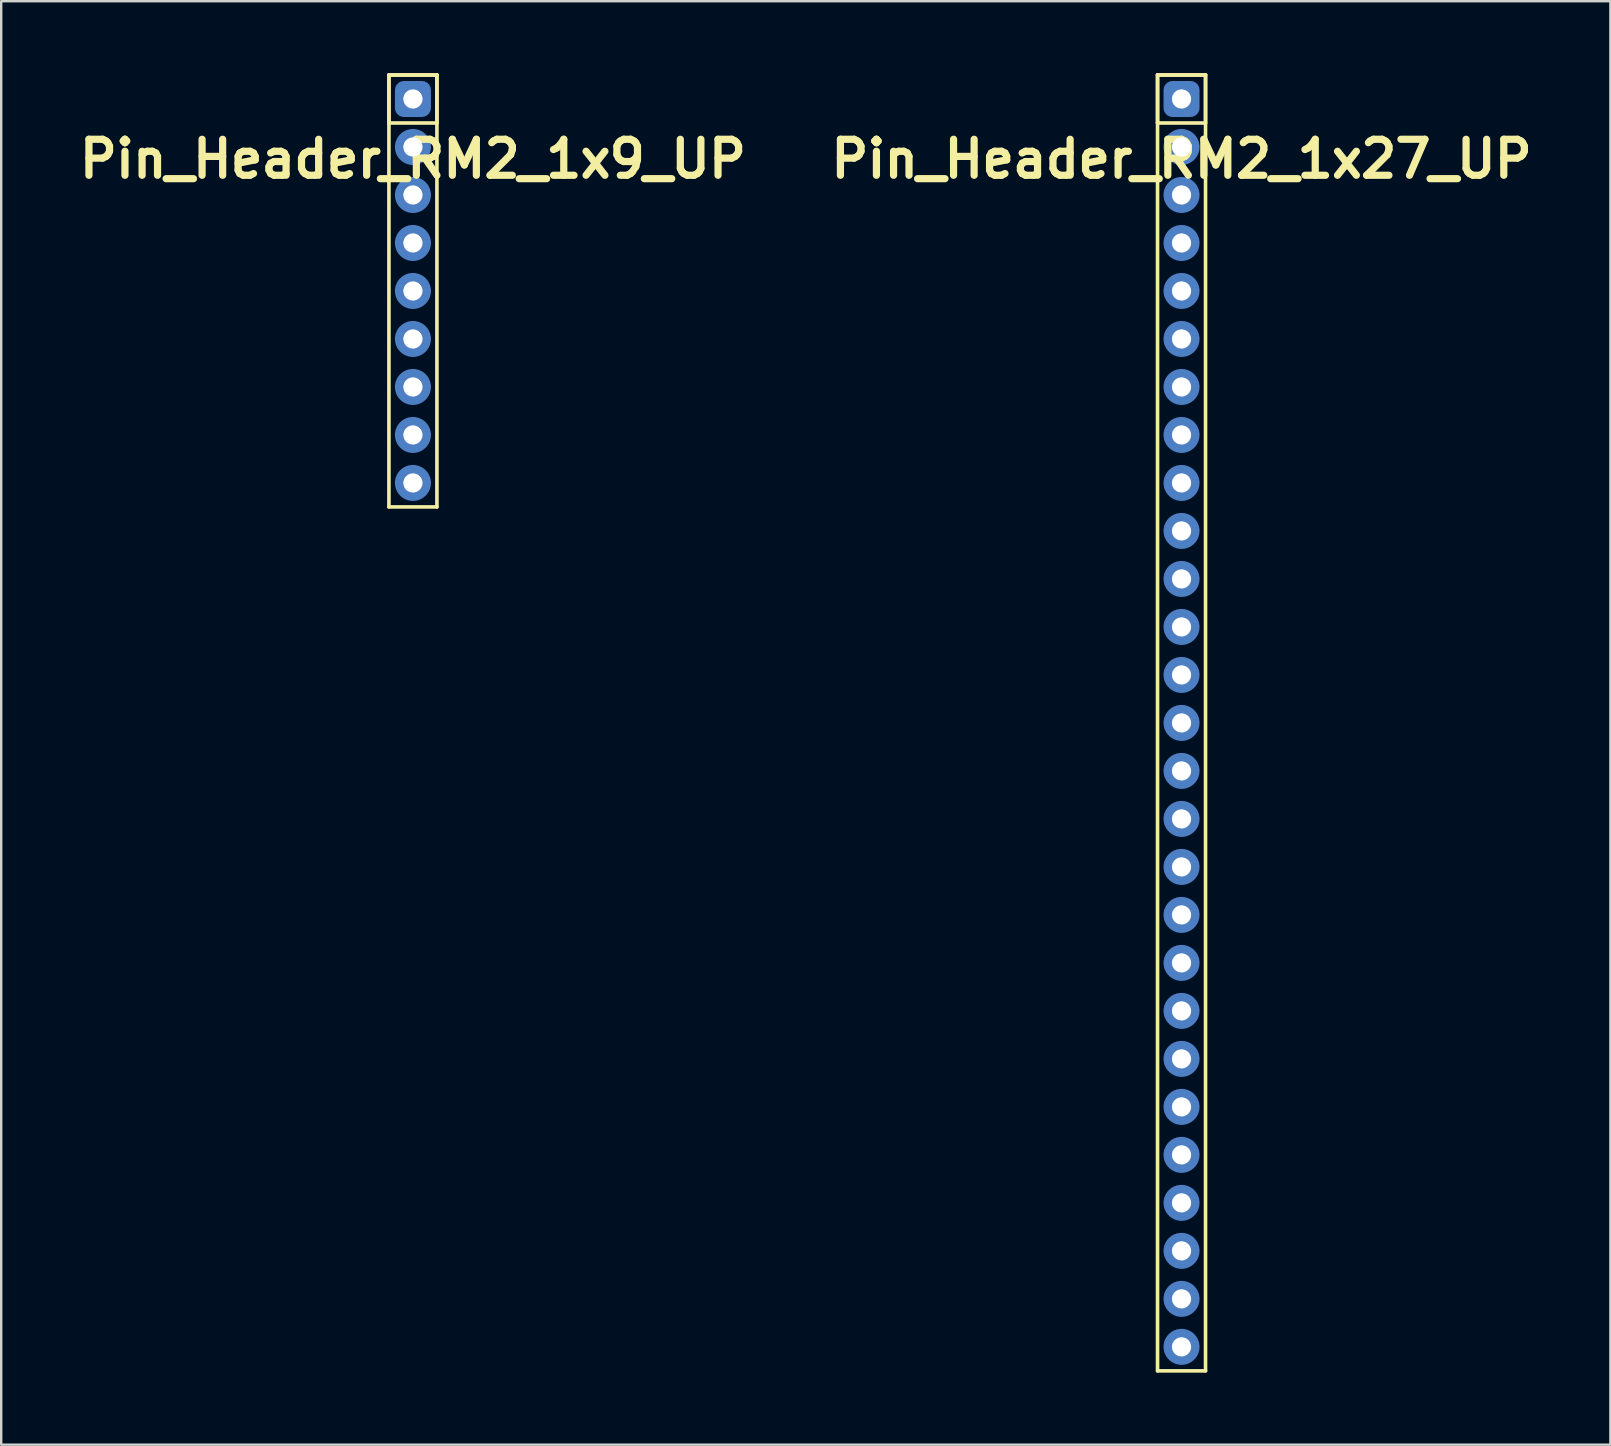
<source format=kicad_pcb>
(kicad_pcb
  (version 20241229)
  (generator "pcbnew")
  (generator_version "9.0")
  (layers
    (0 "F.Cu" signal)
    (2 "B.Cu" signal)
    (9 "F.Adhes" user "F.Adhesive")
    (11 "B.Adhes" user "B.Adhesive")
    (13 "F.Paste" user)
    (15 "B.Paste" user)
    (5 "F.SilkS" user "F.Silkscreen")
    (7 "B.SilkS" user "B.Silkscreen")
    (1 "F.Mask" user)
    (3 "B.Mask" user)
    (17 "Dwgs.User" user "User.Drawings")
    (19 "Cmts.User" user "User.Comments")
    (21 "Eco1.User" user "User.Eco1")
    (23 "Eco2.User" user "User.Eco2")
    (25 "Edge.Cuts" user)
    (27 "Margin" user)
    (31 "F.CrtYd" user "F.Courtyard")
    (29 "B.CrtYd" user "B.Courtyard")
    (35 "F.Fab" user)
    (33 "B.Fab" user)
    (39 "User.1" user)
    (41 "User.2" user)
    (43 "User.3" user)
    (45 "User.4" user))
  (footprint "Pin_Header_RM2_1x9_UP"
    (layer "F.Cu")
    (at 14.157 1.075)
    (property "Reference" "Pin_Header_RM2_1x9_UP" (at 0 2.5 0) (layer "F.SilkS") (effects (font (size 1.5 1.5) (thickness 0.3))))
    (attr through_hole)
    (fp_line (start -1 -1) (end 1 -1) (stroke (width 0.15) (type solid)) (layer "F.SilkS"))
    (fp_line (start -1 -1) (end 1 -1) (stroke (width 0.15) (type solid)) (layer "F.SilkS"))
    (fp_line (start -1 1) (end -1 -1) (stroke (width 0.15) (type solid)) (layer "F.SilkS"))
    (fp_line (start -1 17) (end -1 -1) (stroke (width 0.15) (type solid)) (layer "F.SilkS"))
    (fp_line (start 1 -1) (end 1 1) (stroke (width 0.15) (type solid)) (layer "F.SilkS"))
    (fp_line (start 1 -1) (end 1 17) (stroke (width 0.15) (type solid)) (layer "F.SilkS"))
    (fp_line (start 1 1) (end -1 1) (stroke (width 0.15) (type solid)) (layer "F.SilkS"))
    (fp_line (start 1 17) (end -1 17) (stroke (width 0.15) (type solid)) (layer "F.SilkS"))
    (pad "1" thru_hole circle (at 0 0) (size 1.1 1.1) (drill 0.8) (layers "*.Cu" "*.Mask"))
    (pad "1" smd roundrect (at 0 0) (size 1.25 1.25) (layers "F.Cu" "F.Mask") (roundrect_rratio 0.25))
    (pad "1" smd roundrect (at 0 0) (size 1.5 1.5) (layers "B.Cu" "B.Mask") (roundrect_rratio 0.25))
    (pad "2" thru_hole circle (at 0 2) (size 1.1 1.1) (drill 0.8) (layers "*.Cu" "*.Mask"))
    (pad "2" smd circle (at 0 2) (size 1.25 1.25) (layers "F.Cu" "F.Mask"))
    (pad "2" smd circle (at 0 2) (size 1.5 1.5) (layers "B.Cu" "B.Mask"))
    (pad "3" thru_hole circle (at 0 4) (size 1.1 1.1) (drill 0.8) (layers "*.Cu" "*.Mask"))
    (pad "3" smd circle (at 0 4) (size 1.25 1.25) (layers "F.Cu" "F.Mask"))
    (pad "3" smd circle (at 0 4) (size 1.5 1.5) (layers "B.Cu" "B.Mask"))
    (pad "4" thru_hole circle (at 0 6) (size 1.1 1.1) (drill 0.8) (layers "*.Cu" "*.Mask"))
    (pad "4" smd circle (at 0 6) (size 1.25 1.25) (layers "F.Cu" "F.Mask"))
    (pad "4" smd circle (at 0 6) (size 1.5 1.5) (layers "B.Cu" "B.Mask"))
    (pad "5" thru_hole circle (at 0 8) (size 1.1 1.1) (drill 0.8) (layers "*.Cu" "*.Mask"))
    (pad "5" smd circle (at 0 8) (size 1.25 1.25) (layers "F.Cu" "F.Mask"))
    (pad "5" smd circle (at 0 8) (size 1.5 1.5) (layers "B.Cu" "B.Mask"))
    (pad "6" thru_hole circle (at 0 10) (size 1.1 1.1) (drill 0.8) (layers "*.Cu" "*.Mask"))
    (pad "6" smd circle (at 0 10) (size 1.25 1.25) (layers "F.Cu" "F.Mask"))
    (pad "6" smd circle (at 0 10) (size 1.5 1.5) (layers "B.Cu" "B.Mask"))
    (pad "7" thru_hole circle (at 0 12) (size 1.1 1.1) (drill 0.8) (layers "*.Cu" "*.Mask"))
    (pad "7" smd circle (at 0 12) (size 1.25 1.25) (layers "F.Cu" "F.Mask"))
    (pad "7" smd circle (at 0 12) (size 1.5 1.5) (layers "B.Cu" "B.Mask"))
    (pad "8" thru_hole circle (at 0 14) (size 1.1 1.1) (drill 0.8) (layers "*.Cu" "*.Mask"))
    (pad "8" smd circle (at 0 14) (size 1.25 1.25) (layers "F.Cu" "F.Mask"))
    (pad "8" smd circle (at 0 14) (size 1.5 1.5) (layers "B.Cu" "B.Mask"))
    (pad "9" thru_hole circle (at 0 16) (size 1.1 1.1) (drill 0.8) (layers "*.Cu" "*.Mask"))
    (pad "9" smd circle (at 0 16) (size 1.25 1.25) (layers "F.Cu" "F.Mask"))
    (pad "9" smd circle (at 0 16) (size 1.5 1.5) (layers "B.Cu" "B.Mask")))
  (footprint "Pin_Header_RM2_1x27_UP"
    (layer "F.Cu")
    (at 46.186 1.075)
    (property "Reference" "Pin_Header_RM2_1x27_UP" (at 0 2.5 0) (layer "F.SilkS") (effects (font (size 1.5 1.5) (thickness 0.3))))
    (attr through_hole)
    (fp_line (start -1 -1) (end 1 -1) (stroke (width 0.15) (type solid)) (layer "F.SilkS"))
    (fp_line (start -1 -1) (end 1 -1) (stroke (width 0.15) (type solid)) (layer "F.SilkS"))
    (fp_line (start -1 1) (end -1 -1) (stroke (width 0.15) (type solid)) (layer "F.SilkS"))
    (fp_line (start -1 53) (end -1 -1) (stroke (width 0.15) (type solid)) (layer "F.SilkS"))
    (fp_line (start 1 -1) (end 1 1) (stroke (width 0.15) (type solid)) (layer "F.SilkS"))
    (fp_line (start 1 -1) (end 1 53) (stroke (width 0.15) (type solid)) (layer "F.SilkS"))
    (fp_line (start 1 1) (end -1 1) (stroke (width 0.15) (type solid)) (layer "F.SilkS"))
    (fp_line (start 1 53) (end -1 53) (stroke (width 0.15) (type solid)) (layer "F.SilkS"))
    (pad "1" thru_hole circle (at 0 0) (size 1.1 1.1) (drill 0.8) (layers "*.Cu" "*.Mask"))
    (pad "1" smd roundrect (at 0 0) (size 1.25 1.25) (layers "F.Cu" "F.Mask") (roundrect_rratio 0.25))
    (pad "1" smd roundrect (at 0 0) (size 1.5 1.5) (layers "B.Cu" "B.Mask") (roundrect_rratio 0.25))
    (pad "2" thru_hole circle (at 0 2) (size 1.1 1.1) (drill 0.8) (layers "*.Cu" "*.Mask"))
    (pad "2" smd circle (at 0 2) (size 1.25 1.25) (layers "F.Cu" "F.Mask"))
    (pad "2" smd circle (at 0 2) (size 1.5 1.5) (layers "B.Cu" "B.Mask"))
    (pad "3" thru_hole circle (at 0 4) (size 1.1 1.1) (drill 0.8) (layers "*.Cu" "*.Mask"))
    (pad "3" smd circle (at 0 4) (size 1.25 1.25) (layers "F.Cu" "F.Mask"))
    (pad "3" smd circle (at 0 4) (size 1.5 1.5) (layers "B.Cu" "B.Mask"))
    (pad "4" thru_hole circle (at 0 6) (size 1.1 1.1) (drill 0.8) (layers "*.Cu" "*.Mask"))
    (pad "4" smd circle (at 0 6) (size 1.25 1.25) (layers "F.Cu" "F.Mask"))
    (pad "4" smd circle (at 0 6) (size 1.5 1.5) (layers "B.Cu" "B.Mask"))
    (pad "5" thru_hole circle (at 0 8) (size 1.1 1.1) (drill 0.8) (layers "*.Cu" "*.Mask"))
    (pad "5" smd circle (at 0 8) (size 1.25 1.25) (layers "F.Cu" "F.Mask"))
    (pad "5" smd circle (at 0 8) (size 1.5 1.5) (layers "B.Cu" "B.Mask"))
    (pad "6" thru_hole circle (at 0 10) (size 1.1 1.1) (drill 0.8) (layers "*.Cu" "*.Mask"))
    (pad "6" smd circle (at 0 10) (size 1.25 1.25) (layers "F.Cu" "F.Mask"))
    (pad "6" smd circle (at 0 10) (size 1.5 1.5) (layers "B.Cu" "B.Mask"))
    (pad "7" thru_hole circle (at 0 12) (size 1.1 1.1) (drill 0.8) (layers "*.Cu" "*.Mask"))
    (pad "7" smd circle (at 0 12) (size 1.25 1.25) (layers "F.Cu" "F.Mask"))
    (pad "7" smd circle (at 0 12) (size 1.5 1.5) (layers "B.Cu" "B.Mask"))
    (pad "8" thru_hole circle (at 0 14) (size 1.1 1.1) (drill 0.8) (layers "*.Cu" "*.Mask"))
    (pad "8" smd circle (at 0 14) (size 1.25 1.25) (layers "F.Cu" "F.Mask"))
    (pad "8" smd circle (at 0 14) (size 1.5 1.5) (layers "B.Cu" "B.Mask"))
    (pad "9" thru_hole circle (at 0 16) (size 1.1 1.1) (drill 0.8) (layers "*.Cu" "*.Mask"))
    (pad "9" smd circle (at 0 16) (size 1.25 1.25) (layers "F.Cu" "F.Mask"))
    (pad "9" smd circle (at 0 16) (size 1.5 1.5) (layers "B.Cu" "B.Mask"))
    (pad "10" thru_hole circle (at 0 18) (size 1.1 1.1) (drill 0.8) (layers "*.Cu" "*.Mask"))
    (pad "10" smd circle (at 0 18) (size 1.25 1.25) (layers "F.Cu" "F.Mask"))
    (pad "10" smd circle (at 0 18) (size 1.5 1.5) (layers "B.Cu" "B.Mask"))
    (pad "11" thru_hole circle (at 0 20) (size 1.1 1.1) (drill 0.8) (layers "*.Cu" "*.Mask"))
    (pad "11" smd circle (at 0 20) (size 1.25 1.25) (layers "F.Cu" "F.Mask"))
    (pad "11" smd circle (at 0 20) (size 1.5 1.5) (layers "B.Cu" "B.Mask"))
    (pad "12" thru_hole circle (at 0 22) (size 1.1 1.1) (drill 0.8) (layers "*.Cu" "*.Mask"))
    (pad "12" smd circle (at 0 22) (size 1.25 1.25) (layers "F.Cu" "F.Mask"))
    (pad "12" smd circle (at 0 22) (size 1.5 1.5) (layers "B.Cu" "B.Mask"))
    (pad "13" thru_hole circle (at 0 24) (size 1.1 1.1) (drill 0.8) (layers "*.Cu" "*.Mask"))
    (pad "13" smd circle (at 0 24) (size 1.25 1.25) (layers "F.Cu" "F.Mask"))
    (pad "13" smd circle (at 0 24) (size 1.5 1.5) (layers "B.Cu" "B.Mask"))
    (pad "14" thru_hole circle (at 0 26) (size 1.1 1.1) (drill 0.8) (layers "*.Cu" "*.Mask"))
    (pad "14" smd circle (at 0 26) (size 1.25 1.25) (layers "F.Cu" "F.Mask"))
    (pad "14" smd circle (at 0 26) (size 1.5 1.5) (layers "B.Cu" "B.Mask"))
    (pad "15" thru_hole circle (at 0 28) (size 1.1 1.1) (drill 0.8) (layers "*.Cu" "*.Mask"))
    (pad "15" smd circle (at 0 28) (size 1.25 1.25) (layers "F.Cu" "F.Mask"))
    (pad "15" smd circle (at 0 28) (size 1.5 1.5) (layers "B.Cu" "B.Mask"))
    (pad "16" thru_hole circle (at 0 30) (size 1.1 1.1) (drill 0.8) (layers "*.Cu" "*.Mask"))
    (pad "16" smd circle (at 0 30) (size 1.25 1.25) (layers "F.Cu" "F.Mask"))
    (pad "16" smd circle (at 0 30) (size 1.5 1.5) (layers "B.Cu" "B.Mask"))
    (pad "17" thru_hole circle (at 0 32) (size 1.1 1.1) (drill 0.8) (layers "*.Cu" "*.Mask"))
    (pad "17" smd circle (at 0 32) (size 1.25 1.25) (layers "F.Cu" "F.Mask"))
    (pad "17" smd circle (at 0 32) (size 1.5 1.5) (layers "B.Cu" "B.Mask"))
    (pad "18" thru_hole circle (at 0 34) (size 1.1 1.1) (drill 0.8) (layers "*.Cu" "*.Mask"))
    (pad "18" smd circle (at 0 34) (size 1.25 1.25) (layers "F.Cu" "F.Mask"))
    (pad "18" smd circle (at 0 34) (size 1.5 1.5) (layers "B.Cu" "B.Mask"))
    (pad "19" thru_hole circle (at 0 36) (size 1.1 1.1) (drill 0.8) (layers "*.Cu" "*.Mask"))
    (pad "19" smd circle (at 0 36) (size 1.25 1.25) (layers "F.Cu" "F.Mask"))
    (pad "19" smd circle (at 0 36) (size 1.5 1.5) (layers "B.Cu" "B.Mask"))
    (pad "20" thru_hole circle (at 0 38) (size 1.1 1.1) (drill 0.8) (layers "*.Cu" "*.Mask"))
    (pad "20" smd circle (at 0 38) (size 1.25 1.25) (layers "F.Cu" "F.Mask"))
    (pad "20" smd circle (at 0 38) (size 1.5 1.5) (layers "B.Cu" "B.Mask"))
    (pad "21" thru_hole circle (at 0 40) (size 1.1 1.1) (drill 0.8) (layers "*.Cu" "*.Mask"))
    (pad "21" smd circle (at 0 40) (size 1.25 1.25) (layers "F.Cu" "F.Mask"))
    (pad "21" smd circle (at 0 40) (size 1.5 1.5) (layers "B.Cu" "B.Mask"))
    (pad "22" thru_hole circle (at 0 42) (size 1.1 1.1) (drill 0.8) (layers "*.Cu" "*.Mask"))
    (pad "22" smd circle (at 0 42) (size 1.25 1.25) (layers "F.Cu" "F.Mask"))
    (pad "22" smd circle (at 0 42) (size 1.5 1.5) (layers "B.Cu" "B.Mask"))
    (pad "23" thru_hole circle (at 0 44) (size 1.1 1.1) (drill 0.8) (layers "*.Cu" "*.Mask"))
    (pad "23" smd circle (at 0 44) (size 1.25 1.25) (layers "F.Cu" "F.Mask"))
    (pad "23" smd circle (at 0 44) (size 1.5 1.5) (layers "B.Cu" "B.Mask"))
    (pad "24" thru_hole circle (at 0 46) (size 1.1 1.1) (drill 0.8) (layers "*.Cu" "*.Mask"))
    (pad "24" smd circle (at 0 46) (size 1.25 1.25) (layers "F.Cu" "F.Mask"))
    (pad "24" smd circle (at 0 46) (size 1.5 1.5) (layers "B.Cu" "B.Mask"))
    (pad "25" thru_hole circle (at 0 48) (size 1.1 1.1) (drill 0.8) (layers "*.Cu" "*.Mask"))
    (pad "25" smd circle (at 0 48) (size 1.25 1.25) (layers "F.Cu" "F.Mask"))
    (pad "25" smd circle (at 0 48) (size 1.5 1.5) (layers "B.Cu" "B.Mask"))
    (pad "26" thru_hole circle (at 0 50) (size 1.1 1.1) (drill 0.8) (layers "*.Cu" "*.Mask"))
    (pad "26" smd circle (at 0 50) (size 1.25 1.25) (layers "F.Cu" "F.Mask"))
    (pad "26" smd circle (at 0 50) (size 1.5 1.5) (layers "B.Cu" "B.Mask"))
    (pad "27" thru_hole circle (at 0 52) (size 1.1 1.1) (drill 0.8) (layers "*.Cu" "*.Mask"))
    (pad "27" smd circle (at 0 52) (size 1.25 1.25) (layers "F.Cu" "F.Mask"))
    (pad "27" smd circle (at 0 52) (size 1.5 1.5) (layers "B.Cu" "B.Mask")))
  (gr_rect
    (start -3 -3)
    (end 64.057 57.15)
    (stroke (width 0.1) (type default))
    (fill no)
    (layer "Edge.Cuts")))
</source>
